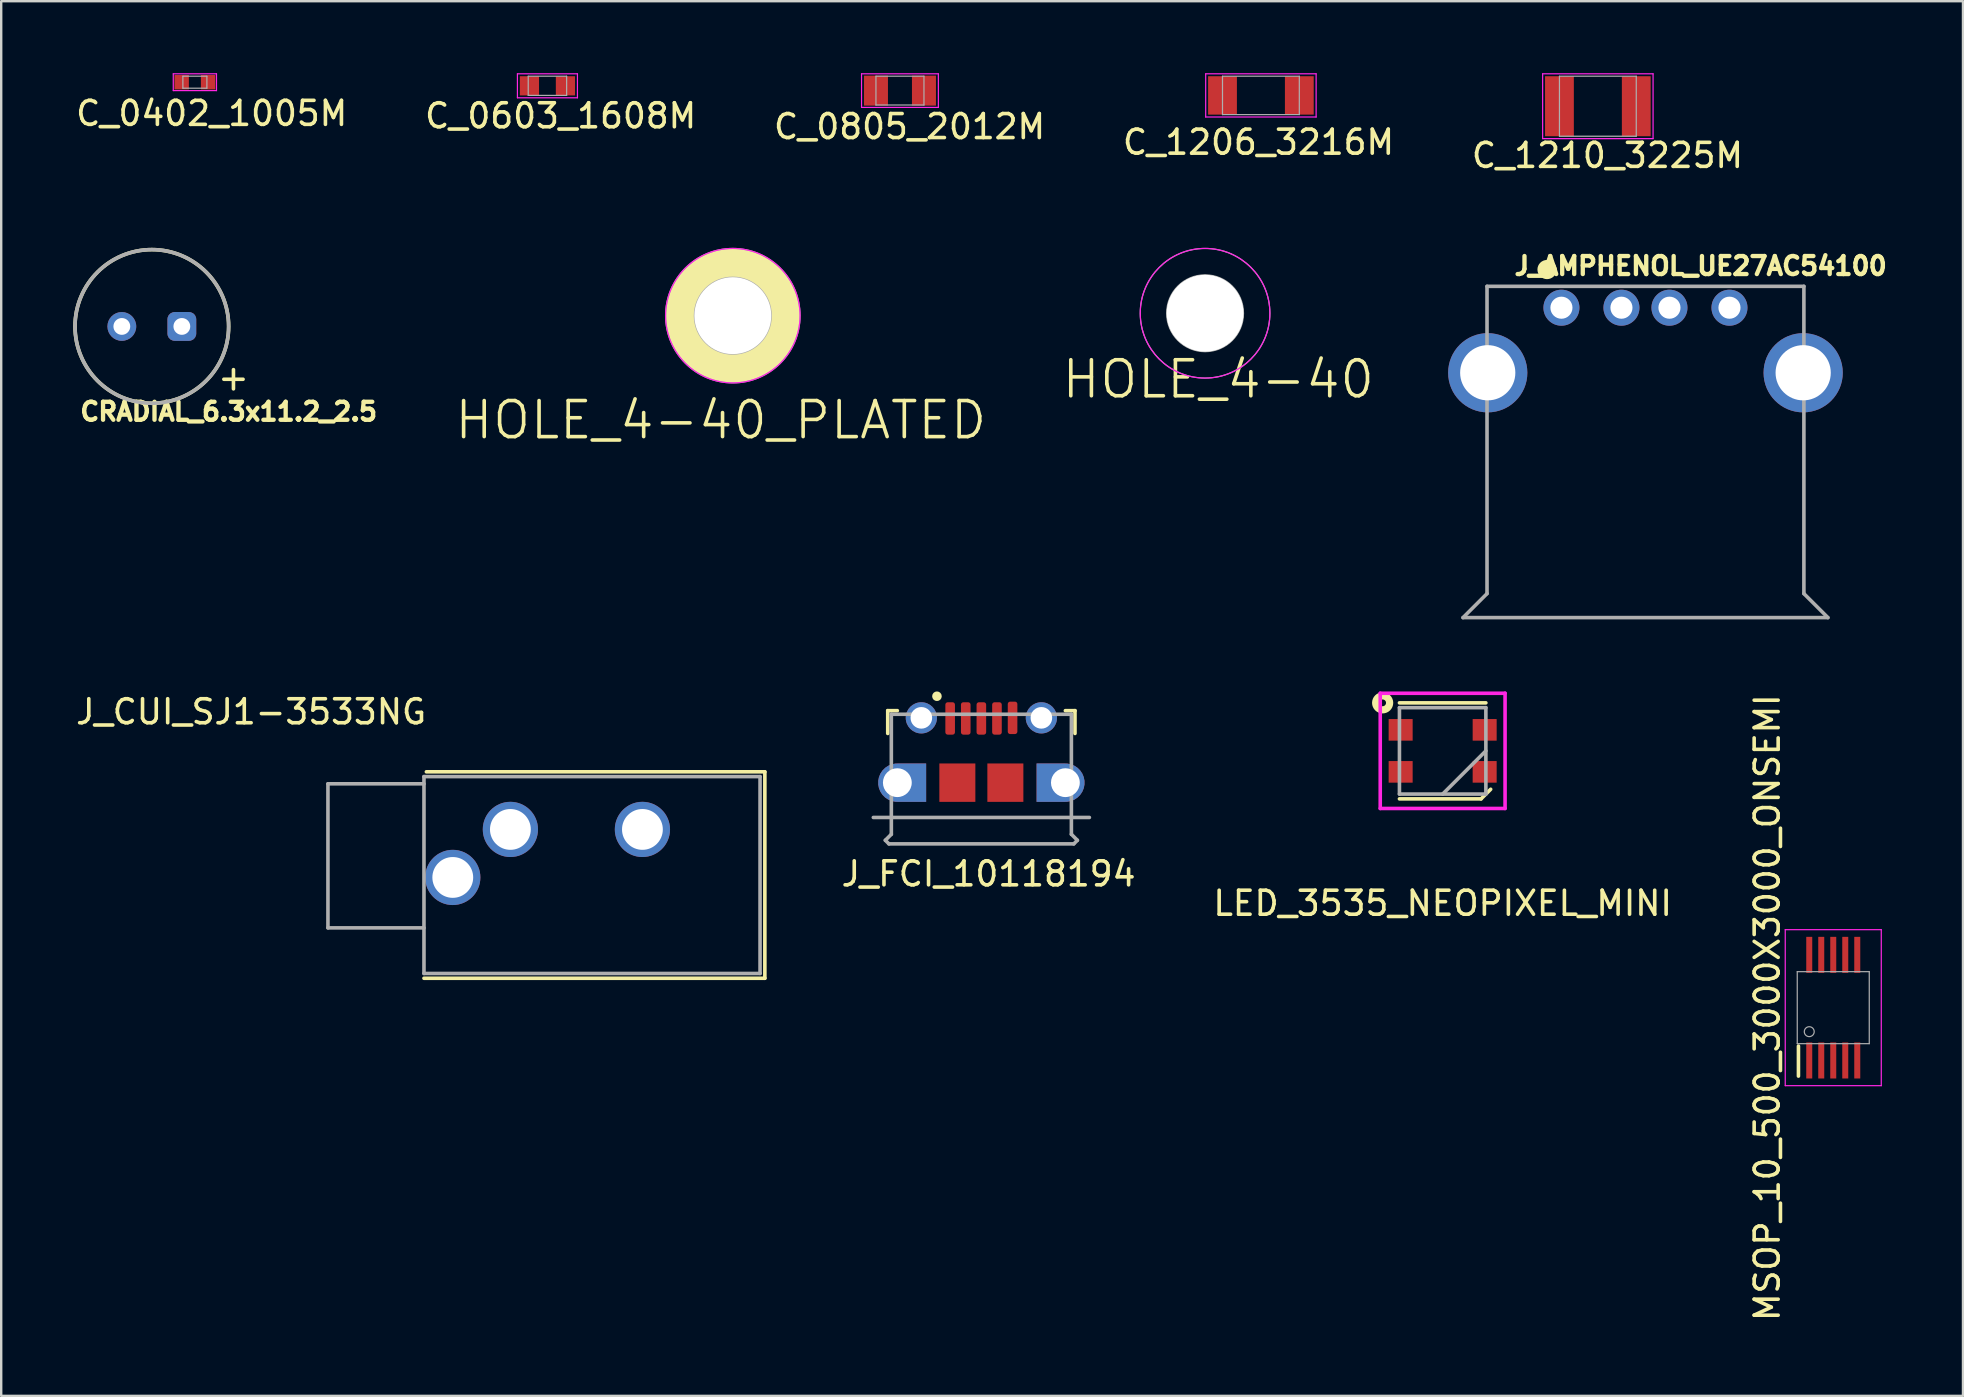
<source format=kicad_pcb>
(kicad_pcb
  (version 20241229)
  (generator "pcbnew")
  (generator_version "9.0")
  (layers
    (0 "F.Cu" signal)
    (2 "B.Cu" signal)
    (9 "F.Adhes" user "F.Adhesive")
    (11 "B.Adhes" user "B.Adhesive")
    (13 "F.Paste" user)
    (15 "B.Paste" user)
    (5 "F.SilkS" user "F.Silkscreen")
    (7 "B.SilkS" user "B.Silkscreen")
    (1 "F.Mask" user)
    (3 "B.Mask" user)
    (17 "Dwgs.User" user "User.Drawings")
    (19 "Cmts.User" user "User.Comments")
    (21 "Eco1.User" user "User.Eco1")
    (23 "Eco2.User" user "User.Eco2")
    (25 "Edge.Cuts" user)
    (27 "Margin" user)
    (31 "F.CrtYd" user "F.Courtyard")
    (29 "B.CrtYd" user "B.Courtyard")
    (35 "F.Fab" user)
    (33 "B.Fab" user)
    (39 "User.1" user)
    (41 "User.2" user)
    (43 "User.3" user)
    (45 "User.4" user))
  (footprint "HOLE_4-40_PLATED"
    (layer "F.Cu")
    (at 27.477 10.1)
    (property "Reference" "HOLE_4-40_PLATED" (at -0.5 4.35 0) (layer "F.SilkS") (effects (font (size 1.5 1.5) (thickness 0.15))))
    (attr through_hole)
    (fp_circle (center 0 0) (end 2.8 0.1) (stroke (width 0.05) (type solid)) (fill no) (layer "F.CrtYd"))
    (fp_circle (center 0 0) (end 1.6 -0.1) (stroke (width 0.05) (type solid)) (fill no) (layer "F.Fab"))
    (fp_circle (center 0 0) (end 2.8 0) (stroke (width 0.05) (type solid)) (fill no) (layer "F.Fab"))
    (pad "1" thru_hole circle (at 0 0) (size 5.6 5.6) (drill 3.2) (layers "*.Cu" "*.Mask" "F.SilkS")))
  (footprint "J_AMPHENOL_UE27AC54100"
    (layer "F.Cu")
    (at 65.494 12.478)
    (property "Reference" "J_AMPHENOL_UE27AC54100" (at 2.3 -4.45 0) (layer "F.SilkS") (effects (font (size 0.75 0.75) (thickness 0.18))))
    (attr through_hole)
    (fp_circle (center -4.1 -4.3) (end -3.9 -4.3) (stroke (width 0.4) (type solid)) (fill no) (layer "F.SilkS"))
    (fp_line (start -7.6 10.2) (end -6.6 9.2) (stroke (width 0.15) (type solid)) (layer "F.Fab"))
    (fp_line (start -6.6 -3.6) (end 6.6 -3.6) (stroke (width 0.15) (type solid)) (layer "F.Fab"))
    (fp_line (start -6.6 9.2) (end -6.6 -3.6) (stroke (width 0.15) (type solid)) (layer "F.Fab"))
    (fp_line (start 6.6 -3.6) (end 6.6 9.2) (stroke (width 0.15) (type solid)) (layer "F.Fab"))
    (fp_line (start 6.6 9.2) (end 7.6 10.2) (stroke (width 0.15) (type solid)) (layer "F.Fab"))
    (fp_line (start 7.6 10.2) (end -7.6 10.2) (stroke (width 0.15) (type solid)) (layer "F.Fab"))
    (pad "1" thru_hole circle (at -3.5 -2.71) (size 1.5 1.5) (drill 0.92) (layers "*.Cu" "*.Mask"))
    (pad "2" thru_hole circle (at -1 -2.71) (size 1.5 1.5) (drill 0.92) (layers "*.Cu" "*.Mask"))
    (pad "3" thru_hole circle (at 1 -2.71) (size 1.5 1.5) (drill 0.92) (layers "*.Cu" "*.Mask"))
    (pad "4" thru_hole circle (at 3.5 -2.71) (size 1.5 1.5) (drill 0.92) (layers "*.Cu" "*.Mask"))
    (pad "M1" thru_hole circle (at -6.57 0) (size 3.3 3.3) (drill 2.3) (layers "*.Cu" "*.Mask"))
    (pad "M2" thru_hole circle (at 6.57 0) (size 3.3 3.3) (drill 2.3) (layers "*.Cu" "*.Mask")))
  (footprint "MSOP_10_500_3000X3000_ONSEMI"
    (layer "F.Cu")
    (at 73.317 38.926)
    (property "Reference" "MSOP_10_500_3000X3000_ONSEMI" (at -2.75 0 90) (layer "F.SilkS") (effects (font (size 1 1) (thickness 0.15))))
    (attr smd)
    (fp_line (start -1.45 2.85) (end -1.45 1.6) (stroke (width 0.15) (type solid)) (layer "F.SilkS"))
    (fp_line (start -2 -3.25) (end -2 3.25) (stroke (width 0.05) (type solid)) (layer "F.CrtYd"))
    (fp_line (start -2 3.25) (end 2 3.25) (stroke (width 0.05) (type solid)) (layer "F.CrtYd"))
    (fp_line (start 2 -3.25) (end -2 -3.25) (stroke (width 0.05) (type solid)) (layer "F.CrtYd"))
    (fp_line (start 2 3.25) (end 2 -3.25) (stroke (width 0.05) (type solid)) (layer "F.CrtYd"))
    (fp_line (start -1.5 -1.5) (end 1.5 -1.5) (stroke (width 0.05) (type solid)) (layer "F.Fab"))
    (fp_line (start -1.5 1.5) (end -1.5 -1.5) (stroke (width 0.05) (type solid)) (layer "F.Fab"))
    (fp_line (start 1.5 -1.5) (end 1.5 1.5) (stroke (width 0.05) (type solid)) (layer "F.Fab"))
    (fp_line (start 1.5 1.5) (end -1.5 1.5) (stroke (width 0.05) (type solid)) (layer "F.Fab"))
    (fp_circle (center -1 1) (end -0.794 1) (stroke (width 0.05) (type solid)) (fill no) (layer "F.Fab"))
    (pad "1" smd rect (at -1 2.2) (size 0.25 1.5) (layers "F.Cu" "F.Mask" "F.Paste"))
    (pad "2" smd rect (at -0.5 2.2) (size 0.25 1.5) (layers "F.Cu" "F.Mask" "F.Paste"))
    (pad "3" smd rect (at 0 2.2) (size 0.25 1.5) (layers "F.Cu" "F.Mask" "F.Paste"))
    (pad "4" smd rect (at 0.5 2.2) (size 0.25 1.5) (layers "F.Cu" "F.Mask" "F.Paste"))
    (pad "5" smd rect (at 1 2.2) (size 0.25 1.5) (layers "F.Cu" "F.Mask" "F.Paste"))
    (pad "6" smd rect (at 1 -2.2) (size 0.25 1.5) (layers "F.Cu" "F.Mask" "F.Paste"))
    (pad "7" smd rect (at 0.5 -2.2) (size 0.25 1.5) (layers "F.Cu" "F.Mask" "F.Paste"))
    (pad "8" smd rect (at 0 -2.2) (size 0.25 1.5) (layers "F.Cu" "F.Mask" "F.Paste"))
    (pad "9" smd rect (at -0.5 -2.2) (size 0.25 1.5) (layers "F.Cu" "F.Mask" "F.Paste"))
    (pad "10" smd rect (at -1 -2.2) (size 0.25 1.5) (layers "F.Cu" "F.Mask" "F.Paste")))
  (footprint "CRADIAL_6.3x11.2_2.5"
    (layer "F.Cu")
    (at 3.275 10.548)
    (property "Reference" "CRADIAL_6.3x11.2_2.5" (at 3.2 3.55 0) (layer "F.SilkS") (effects (font (size 0.75 0.75) (thickness 0.18))))
    (attr through_hole)
    (fp_line (start 3 2.2) (end 3.8 2.2) (stroke (width 0.15) (type solid)) (layer "F.SilkS"))
    (fp_line (start 3.4 1.8) (end 3.4 2.6) (stroke (width 0.15) (type solid)) (layer "F.SilkS"))
    (fp_circle (center 0 0) (end 3.2 0) (stroke (width 0.15) (type solid)) (fill no) (layer "F.SilkS"))
    (fp_circle (center 0 0) (end 3.2 0) (stroke (width 0.15) (type solid)) (fill no) (layer "F.Fab"))
    (pad "+" thru_hole roundrect (at 1.25 0 270) (size 1.2 1.2) (drill 0.7) (layers "*.Cu" "*.Mask") (roundrect_rratio 0.25))
    (pad "-" thru_hole circle (at -1.25 0 270) (size 1.2 1.2) (drill 0.7) (layers "*.Cu" "*.Mask")))
  (footprint "C_0603_1608M"
    (layer "F.Cu")
    (at 19.754 0.525)
    (property "Reference" "C_0603_1608M" (at 0.55 1.25 0) (layer "F.SilkS") (effects (font (size 1 1) (thickness 0.15))))
    (attr through_hole)
    (fp_line (start -1.25 -0.5) (end 1.25 -0.5) (stroke (width 0.05) (type solid)) (layer "F.CrtYd"))
    (fp_line (start -1.25 0.5) (end -1.25 -0.5) (stroke (width 0.05) (type solid)) (layer "F.CrtYd"))
    (fp_line (start 1.25 -0.5) (end 1.25 0.5) (stroke (width 0.05) (type solid)) (layer "F.CrtYd"))
    (fp_line (start 1.25 0.5) (end -1.25 0.5) (stroke (width 0.05) (type solid)) (layer "F.CrtYd"))
    (fp_line (start -0.8 -0.4) (end 0.8 -0.4) (stroke (width 0.05) (type solid)) (layer "F.Fab"))
    (fp_line (start -0.8 0.4) (end -0.8 -0.4) (stroke (width 0.05) (type solid)) (layer "F.Fab"))
    (fp_line (start -0.75 0.4) (end -0.8 0.4) (stroke (width 0.05) (type solid)) (layer "F.Fab"))
    (fp_line (start 0.8 -0.4) (end 0.8 0.4) (stroke (width 0.05) (type solid)) (layer "F.Fab"))
    (fp_line (start 0.8 0.4) (end -0.75 0.4) (stroke (width 0.05) (type solid)) (layer "F.Fab"))
    (pad "1" smd rect (at -0.75 0) (size 0.8 0.8) (layers "F.Cu" "F.Mask" "F.Paste"))
    (pad "2" smd rect (at 0.75 0) (size 0.8 0.8) (layers "F.Cu" "F.Mask" "F.Paste")))
  (footprint "HOLE_4-40"
    (layer "F.Cu")
    (at 47.149 9.999)
    (property "Reference" "HOLE_4-40" (at 0.55 2.75 0) (layer "F.SilkS") (effects (font (size 1.5 1.5) (thickness 0.15))))
    (attr through_hole)
    (fp_circle (center 0 0) (end 2.7 0.05) (stroke (width 0.05) (type solid)) (fill no) (layer "F.CrtYd"))
    (fp_circle (center 0 0) (end 1.6 -0.05) (stroke (width 0.05) (type solid)) (fill no) (layer "F.Fab"))
    (fp_circle (center 0 0) (end 2.7 0) (stroke (width 0.05) (type solid)) (fill no) (layer "F.Fab"))
    (pad "" np_thru_hole circle (at 0 0) (size 3.2 3.2) (drill 3.2) (layers "*.Cu" "*.Mask" "F.SilkS")))
  (footprint "C_1206_3216M"
    (layer "F.Cu")
    (at 49.475 0.925)
    (property "Reference" "C_1206_3216M" (at -0.1 1.95 0) (layer "F.SilkS") (effects (font (size 1 1) (thickness 0.15))))
    (attr through_hole)
    (fp_line (start -2.3 -0.9) (end -2.3 0.9) (stroke (width 0.05) (type solid)) (layer "F.CrtYd"))
    (fp_line (start -2.3 0.9) (end 2.3 0.9) (stroke (width 0.05) (type solid)) (layer "F.CrtYd"))
    (fp_line (start 2.3 -0.9) (end -2.3 -0.9) (stroke (width 0.05) (type solid)) (layer "F.CrtYd"))
    (fp_line (start 2.3 0.9) (end 2.3 -0.9) (stroke (width 0.05) (type solid)) (layer "F.CrtYd"))
    (fp_line (start -1.6 -0.8) (end 1.6 -0.8) (stroke (width 0.05) (type solid)) (layer "F.Fab"))
    (fp_line (start -1.6 0.8) (end -1.6 -0.8) (stroke (width 0.05) (type solid)) (layer "F.Fab"))
    (fp_line (start 1.6 -0.8) (end 1.6 0.8) (stroke (width 0.05) (type solid)) (layer "F.Fab"))
    (fp_line (start 1.6 0.8) (end -1.6 0.8) (stroke (width 0.05) (type solid)) (layer "F.Fab"))
    (pad "1" smd rect (at -1.6 0) (size 1.2 1.6) (layers "F.Cu" "F.Mask" "F.Paste"))
    (pad "2" smd rect (at 1.6 0) (size 1.2 1.6) (layers "F.Cu" "F.Mask" "F.Paste")))
  (footprint "C_0402_1005M"
    (layer "F.Cu")
    (at 5.068 0.375)
    (property "Reference" "C_0402_1005M" (at 0.7 1.3 0) (layer "F.SilkS") (effects (font (size 1 1) (thickness 0.15))))
    (attr through_hole)
    (fp_line (start -0.9 -0.35) (end 0.9 -0.35) (stroke (width 0.05) (type solid)) (layer "F.CrtYd"))
    (fp_line (start -0.9 0.35) (end -0.9 -0.35) (stroke (width 0.05) (type solid)) (layer "F.CrtYd"))
    (fp_line (start 0.9 -0.35) (end 0.9 0.35) (stroke (width 0.05) (type solid)) (layer "F.CrtYd"))
    (fp_line (start 0.9 0.35) (end -0.9 0.35) (stroke (width 0.05) (type solid)) (layer "F.CrtYd"))
    (fp_line (start -0.5 -0.25) (end -0.5 0.25) (stroke (width 0.05) (type solid)) (layer "F.Fab"))
    (fp_line (start -0.5 0.25) (end 0.5 0.25) (stroke (width 0.05) (type solid)) (layer "F.Fab"))
    (fp_line (start 0.5 -0.25) (end -0.5 -0.25) (stroke (width 0.05) (type solid)) (layer "F.Fab"))
    (fp_line (start 0.5 0.25) (end 0.5 -0.25) (stroke (width 0.05) (type solid)) (layer "F.Fab"))
    (pad "1" smd rect (at -0.55 0) (size 0.6 0.6) (layers "F.Cu" "F.Mask" "F.Paste"))
    (pad "2" smd rect (at 0.55 0) (size 0.6 0.6) (layers "F.Cu" "F.Mask" "F.Paste")))
  (footprint "C_0805_2012M"
    (layer "F.Cu")
    (at 34.439 0.725)
    (property "Reference" "C_0805_2012M" (at 0.4 1.5 0) (layer "F.SilkS") (effects (font (size 1 1) (thickness 0.15))))
    (attr through_hole)
    (fp_line (start -1.6 -0.7) (end 1.6 -0.7) (stroke (width 0.05) (type solid)) (layer "F.CrtYd"))
    (fp_line (start -1.6 0.7) (end -1.6 -0.7) (stroke (width 0.05) (type solid)) (layer "F.CrtYd"))
    (fp_line (start 1.6 -0.7) (end 1.6 0.7) (stroke (width 0.05) (type solid)) (layer "F.CrtYd"))
    (fp_line (start 1.6 0.7) (end -1.6 0.7) (stroke (width 0.05) (type solid)) (layer "F.CrtYd"))
    (fp_line (start -1 -0.6) (end 1 -0.6) (stroke (width 0.05) (type solid)) (layer "F.Fab"))
    (fp_line (start -1 0.6) (end -1 -0.6) (stroke (width 0.05) (type solid)) (layer "F.Fab"))
    (fp_line (start 1 -0.6) (end 1 0.6) (stroke (width 0.05) (type solid)) (layer "F.Fab"))
    (fp_line (start 1 0.6) (end -1 0.6) (stroke (width 0.05) (type solid)) (layer "F.Fab"))
    (pad "1" smd rect (at -1 0) (size 1 1.25) (layers "F.Cu" "F.Mask" "F.Paste"))
    (pad "2" smd rect (at 1 0) (size 1 1.25) (layers "F.Cu" "F.Mask" "F.Paste")))
  (footprint "LED_3535_NEOPIXEL_MINI"
    (layer "F.Cu")
    (at 57.046 28.228)
    (property "Reference" "LED_3535_NEOPIXEL_MINI" (at 0 6.35 0) (layer "F.SilkS") (effects (font (size 1 1) (thickness 0.15))))
    (attr through_hole)
    (fp_line (start -1.8 -2) (end 1.8 -2) (stroke (width 0.15) (type solid)) (layer "F.SilkS"))
    (fp_line (start -1.8 2) (end 1.6 2) (stroke (width 0.15) (type solid)) (layer "F.SilkS"))
    (fp_line (start 1.6 2) (end 2 1.6) (stroke (width 0.15) (type solid)) (layer "F.SilkS"))
    (fp_circle (center -2.5 -2) (end -2.359 -2) (stroke (width 0.3) (type solid)) (fill no) (layer "F.SilkS"))
    (fp_line (start -2.6 -2.4) (end -2.6 2.4) (stroke (width 0.15) (type solid)) (layer "F.CrtYd"))
    (fp_line (start -2.6 2.4) (end 2.6 2.4) (stroke (width 0.15) (type solid)) (layer "F.CrtYd"))
    (fp_line (start 2.6 -2.4) (end -2.6 -2.4) (stroke (width 0.15) (type solid)) (layer "F.CrtYd"))
    (fp_line (start 2.6 2.4) (end 2.6 -2.4) (stroke (width 0.15) (type solid)) (layer "F.CrtYd"))
    (fp_line (start -1.8 -1.8) (end -1.8 1.8) (stroke (width 0.15) (type solid)) (layer "F.Fab"))
    (fp_line (start -1.8 1.8) (end 1.8 1.8) (stroke (width 0.15) (type solid)) (layer "F.Fab"))
    (fp_line (start 0 1.8) (end 1.8 0) (stroke (width 0.15) (type solid)) (layer "F.Fab"))
    (fp_line (start 1.8 -1.8) (end -1.8 -1.8) (stroke (width 0.15) (type solid)) (layer "F.Fab"))
    (fp_line (start 1.8 1.8) (end 1.8 -1.8) (stroke (width 0.15) (type solid)) (layer "F.Fab"))
    (pad "1" smd rect (at -1.75 -0.875 90) (size 0.9 1) (layers "F.Cu" "F.Mask" "F.Paste"))
    (pad "2" smd rect (at -1.75 0.875 90) (size 0.9 1) (layers "F.Cu" "F.Mask" "F.Paste"))
    (pad "3" smd rect (at 1.75 0.875 90) (size 0.9 1) (layers "F.Cu" "F.Mask" "F.Paste"))
    (pad "4" smd rect (at 1.75 -0.875 90) (size 0.9 1) (layers "F.Cu" "F.Mask" "F.Paste")))
  (footprint "C_1210_3225M"
    (layer "F.Cu")
    (at 63.511 1.375)
    (property "Reference" "C_1210_3225M" (at 0.4 2.05 0) (layer "F.SilkS") (effects (font (size 1 1) (thickness 0.15))))
    (attr through_hole)
    (fp_line (start -2.3 -1.35) (end 2.3 -1.35) (stroke (width 0.05) (type solid)) (layer "F.CrtYd"))
    (fp_line (start -2.3 1.35) (end -2.3 -1.35) (stroke (width 0.05) (type solid)) (layer "F.CrtYd"))
    (fp_line (start 2.3 -1.35) (end 2.3 1.35) (stroke (width 0.05) (type solid)) (layer "F.CrtYd"))
    (fp_line (start 2.3 1.35) (end -2.3 1.35) (stroke (width 0.05) (type solid)) (layer "F.CrtYd"))
    (fp_line (start -1.6 -1.25) (end 1.6 -1.25) (stroke (width 0.05) (type solid)) (layer "F.Fab"))
    (fp_line (start -1.6 1.25) (end -1.6 -1.25) (stroke (width 0.05) (type solid)) (layer "F.Fab"))
    (fp_line (start 1.6 -1.25) (end 1.6 1.25) (stroke (width 0.05) (type solid)) (layer "F.Fab"))
    (fp_line (start 1.6 1.25) (end -1.6 1.25) (stroke (width 0.05) (type solid)) (layer "F.Fab"))
    (pad "1" smd rect (at -1.6 0) (size 1.2 2.5) (layers "F.Cu" "F.Mask" "F.Paste"))
    (pad "2" smd rect (at 1.6 0) (size 1.2 2.5) (layers "F.Cu" "F.Mask" "F.Paste")))
  (footprint "J_CUI_SJ1-3533NG"
    (layer "F.Cu")
    (at 14.611 32.601)
    (property "Reference" "J_CUI_SJ1-3533NG" (at -7.2 -6 0) (layer "F.SilkS") (effects (font (size 1 1) (thickness 0.15))))
    (attr through_hole)
    (fp_line (start 0 5.1) (end 14.2 5.1) (stroke (width 0.15) (type solid)) (layer "F.SilkS"))
    (fp_line (start 14.2 -3.5) (end 0.1 -3.5) (stroke (width 0.15) (type solid)) (layer "F.SilkS"))
    (fp_line (start 14.2 5.1) (end 14.2 -3.5) (stroke (width 0.15) (type solid)) (layer "F.SilkS"))
    (fp_line (start -4 -3) (end -4 3) (stroke (width 0.15) (type solid)) (layer "F.Fab"))
    (fp_line (start -4 3) (end 0 3) (stroke (width 0.15) (type solid)) (layer "F.Fab"))
    (fp_line (start 0 -3.3) (end 0 4.9) (stroke (width 0.15) (type solid)) (layer "F.Fab"))
    (fp_line (start 0 -3) (end -4 -3) (stroke (width 0.15) (type solid)) (layer "F.Fab"))
    (fp_line (start 0 4.9) (end 14 4.9) (stroke (width 0.15) (type solid)) (layer "F.Fab"))
    (fp_line (start 14 -3.3) (end 0 -3.3) (stroke (width 0.15) (type solid)) (layer "F.Fab"))
    (fp_line (start 14 4.9) (end 14 -3.3) (stroke (width 0.15) (type solid)) (layer "F.Fab"))
    (pad "1" thru_hole circle (at 1.2 0.9) (size 2.3 2.3) (drill 1.7) (layers "*.Cu" "*.Mask"))
    (pad "2" thru_hole circle (at 3.6 -1.1) (size 2.3 2.3) (drill 1.7) (layers "*.Cu" "*.Mask"))
    (pad "3" thru_hole circle (at 9.1 -1.1) (size 2.3 2.3) (drill 1.7) (layers "*.Cu" "*.Mask")))
  (footprint "J_FCI_10118194"
    (layer "F.Cu")
    (at 37.83 29.553)
    (property "Reference" "J_FCI_10118194" (at 0.3 3.8 0) (layer "F.SilkS") (effects (font (size 1 1) (thickness 0.15))))
    (attr through_hole)
    (fp_line (start -3.9 -3) (end -3.5 -3) (stroke (width 0.15) (type solid)) (layer "F.SilkS"))
    (fp_line (start -3.9 -2.05) (end -3.9 -3) (stroke (width 0.15) (type solid)) (layer "F.SilkS"))
    (fp_line (start 3.5 -3) (end 3.9 -3) (stroke (width 0.15) (type solid)) (layer "F.SilkS"))
    (fp_line (start 3.9 -3) (end 3.9 -2.05) (stroke (width 0.15) (type solid)) (layer "F.SilkS"))
    (fp_circle (center -1.85 -3.6) (end -1.75 -3.6) (stroke (width 0.2) (type solid)) (fill no) (layer "F.SilkS"))
    (fp_line (start -4.5 1.45) (end 4.5 1.45) (stroke (width 0.15) (type solid)) (layer "F.Fab"))
    (fp_line (start -4 2.4) (end -3.85 2.55) (stroke (width 0.15) (type solid)) (layer "F.Fab"))
    (fp_line (start -3.75 -2.85) (end -3.75 2.15) (stroke (width 0.15) (type solid)) (layer "F.Fab"))
    (fp_line (start -3.75 -2.85) (end 3.75 -2.85) (stroke (width 0.15) (type solid)) (layer "F.Fab"))
    (fp_line (start -3.75 2.15) (end -4 2.4) (stroke (width 0.15) (type solid)) (layer "F.Fab"))
    (fp_line (start 3.75 -2.85) (end 3.75 2.15) (stroke (width 0.15) (type solid)) (layer "F.Fab"))
    (fp_line (start 3.75 2.15) (end 4 2.4) (stroke (width 0.15) (type solid)) (layer "F.Fab"))
    (fp_line (start 3.85 2.55) (end -3.85 2.55) (stroke (width 0.15) (type solid)) (layer "F.Fab"))
    (fp_line (start 4 2.4) (end 3.85 2.55) (stroke (width 0.15) (type solid)) (layer "F.Fab"))
    (pad "1" smd roundrect (at -1.3 -2.675) (size 0.4 1.35) (layers "F.Cu" "F.Mask" "F.Paste") (roundrect_rratio 0.25))
    (pad "2" smd roundrect (at -0.65 -2.675) (size 0.4 1.35) (layers "F.Cu" "F.Mask" "F.Paste") (roundrect_rratio 0.25))
    (pad "3" smd roundrect (at 0 -2.675) (size 0.4 1.35) (layers "F.Cu" "F.Mask" "F.Paste") (roundrect_rratio 0.25))
    (pad "4" smd roundrect (at 0.65 -2.675) (size 0.4 1.35) (layers "F.Cu" "F.Mask" "F.Paste") (roundrect_rratio 0.25))
    (pad "5" smd roundrect (at 1.3 -2.7) (size 0.4 1.35) (layers "F.Cu" "F.Mask" "F.Paste") (roundrect_rratio 0.25))
    (pad "M1" thru_hole custom (at -3.5 0) (size 1.6 1.6) (drill 1.2) (layers "*.Cu" "*.Mask" "F.Paste") (options (anchor circle)) (primitives (gr_poly (pts (xy 0 -0.8) (xy 1.2 -0.8) (xy 1.2 0.8) (xy 0 0.8)) (width 0) (fill yes))))
    (pad "M2" thru_hole custom (at 3.5 0 180) (size 1.6 1.6) (drill 1.2) (layers "*.Cu" "*.Mask" "F.Paste") (options (anchor circle)) (primitives (gr_poly (pts (xy 0 -0.8) (xy 1.2 -0.8) (xy 1.2 0.8) (xy 0 0.8)) (width 0) (fill yes))))
    (pad "M3" thru_hole circle (at -2.5 -2.7) (size 1.3 1.3) (drill 0.9) (layers "*.Cu" "*.Mask" "F.Paste"))
    (pad "M4" thru_hole circle (at 2.5 -2.7) (size 1.3 1.3) (drill 0.9) (layers "*.Cu" "*.Mask" "F.Paste"))
    (pad "M5" smd rect (at -1 0) (size 1.5 1.6) (layers "F.Cu" "F.Mask" "F.Paste"))
    (pad "M6" smd rect (at 1 0) (size 1.5 1.6) (layers "F.Cu" "F.Mask" "F.Paste")))
  (gr_rect
    (start -3 -3)
    (end 78.721 55.098)
    (stroke (width 0.1) (type default))
    (fill no)
    (layer "Edge.Cuts")))
</source>
